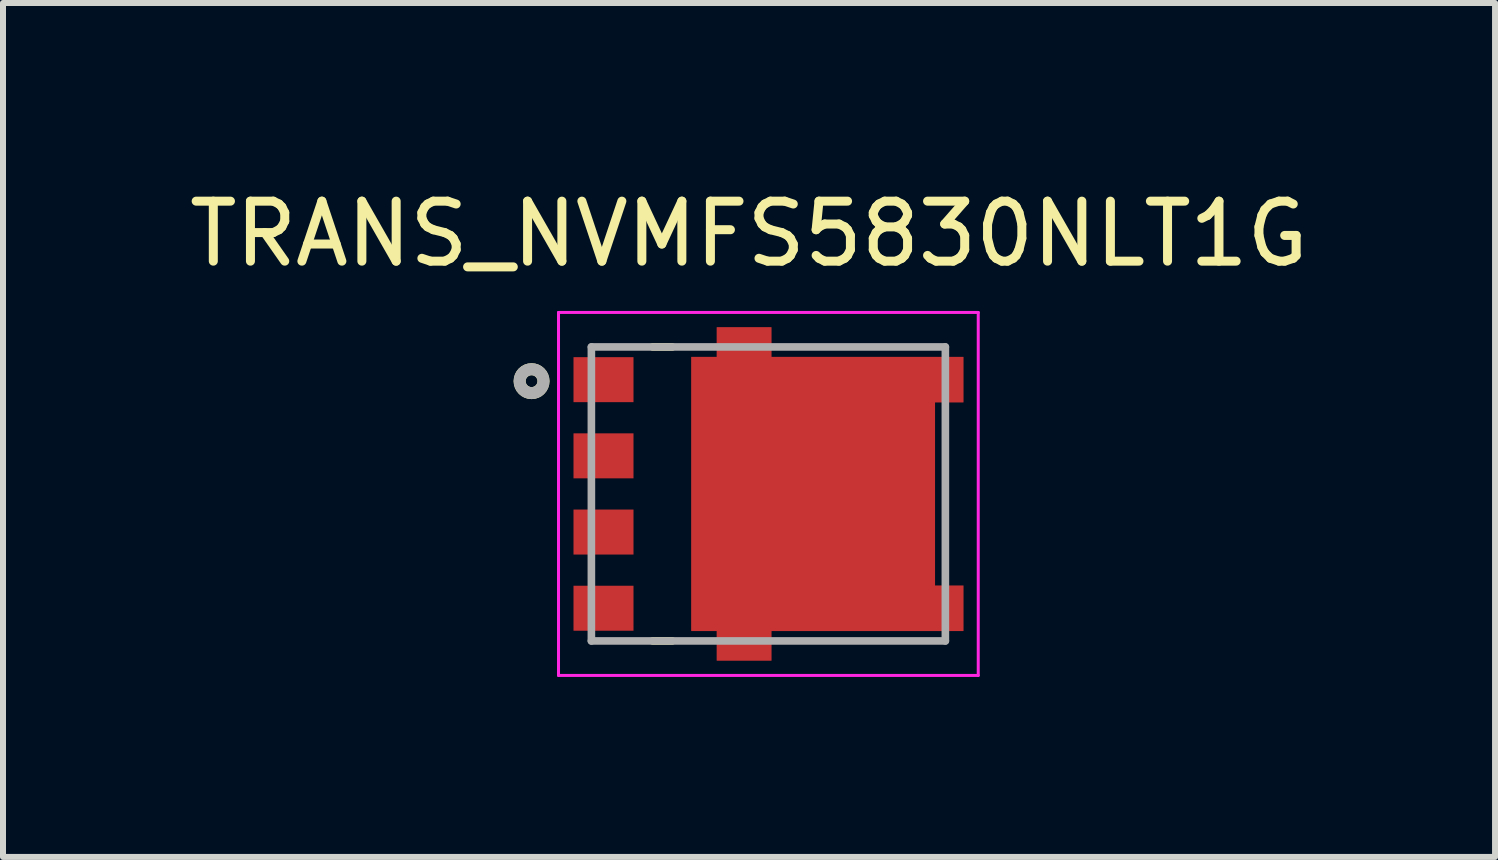
<source format=kicad_pcb>
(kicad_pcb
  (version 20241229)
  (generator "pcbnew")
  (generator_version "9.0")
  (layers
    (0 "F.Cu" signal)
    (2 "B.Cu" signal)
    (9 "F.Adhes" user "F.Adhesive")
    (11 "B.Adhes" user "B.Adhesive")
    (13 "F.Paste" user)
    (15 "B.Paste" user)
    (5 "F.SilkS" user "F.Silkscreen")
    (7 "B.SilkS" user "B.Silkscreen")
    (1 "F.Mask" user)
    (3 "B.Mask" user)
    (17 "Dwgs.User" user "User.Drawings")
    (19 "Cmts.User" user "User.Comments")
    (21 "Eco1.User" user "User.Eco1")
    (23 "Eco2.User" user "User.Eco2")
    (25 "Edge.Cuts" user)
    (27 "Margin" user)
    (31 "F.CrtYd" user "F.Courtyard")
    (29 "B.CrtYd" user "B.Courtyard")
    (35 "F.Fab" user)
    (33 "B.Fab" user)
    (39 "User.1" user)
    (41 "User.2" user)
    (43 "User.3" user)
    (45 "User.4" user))
  (footprint "TRANS_NVMFS5830NLT1G"
    (layer "F.Cu")
    (at 9.757 5.183)
    (property "Reference" "TRANS_NVMFS5830NLT1G" (at -0.323 -4.335 0) (layer "F.SilkS") (effects (font (size 1 1) (thickness 0.15))))
    (attr through_hole)
    (fp_poly (pts (xy -1.383 -2.38) (xy -1.383 2.38) (xy -0.958 2.38) (xy -0.958 2.875) (xy 0.147 2.875) (xy 0.147 2.38) (xy 3.348 2.38) (xy 3.348 1.43) (xy 2.873 1.43) (xy 2.873 -1.43) (xy 3.348 -1.43) (xy 3.348 -2.38) (xy 0.147 -2.38) (xy 0.147 -2.875) (xy -0.958 -2.875) (xy -0.958 -2.38)) (stroke (width 0.01) (type solid)) (fill yes) (layer "F.Mask"))
    (fp_line (start -1.927 2.45) (end -1.603 2.45) (stroke (width 0.127) (type solid)) (layer "F.SilkS"))
    (fp_line (start -1.603 -2.45) (end -1.927 -2.45) (stroke (width 0.127) (type solid)) (layer "F.SilkS"))
    (fp_circle (center -3.947 -1.88) (end -3.848 -1.88) (stroke (width 0.2) (type solid)) (fill no) (layer "F.SilkS"))
    (fp_poly (pts (xy -0.76 -1.755) (xy 0.48 -1.755) (xy 0.48 -0.265) (xy -0.76 -0.265)) (stroke (width 0.01) (type solid)) (fill yes) (layer "F.Paste"))
    (fp_poly (pts (xy -0.76 0.265) (xy 0.48 0.265) (xy 0.48 1.755) (xy -0.76 1.755)) (stroke (width 0.01) (type solid)) (fill yes) (layer "F.Paste"))
    (fp_poly (pts (xy -0.691 -2.684) (xy -0.119 -2.684) (xy -0.119 -2.371) (xy -0.691 -2.371)) (stroke (width 0.01) (type solid)) (fill yes) (layer "F.Paste"))
    (fp_poly (pts (xy -0.691 2.371) (xy -0.119 2.371) (xy -0.119 2.684) (xy -0.691 2.684)) (stroke (width 0.01) (type solid)) (fill yes) (layer "F.Paste"))
    (fp_poly (pts (xy 1.01 -1.755) (xy 2.25 -1.755) (xy 2.25 -0.265) (xy 1.01 -0.265)) (stroke (width 0.01) (type solid)) (fill yes) (layer "F.Paste"))
    (fp_poly (pts (xy 1.01 0.265) (xy 2.25 0.265) (xy 2.25 1.755) (xy 1.01 1.755)) (stroke (width 0.01) (type solid)) (fill yes) (layer "F.Paste"))
    (fp_poly (pts (xy 2.86 -2.142) (xy 3.16 -2.142) (xy 3.16 -1.668) (xy 2.86 -1.668)) (stroke (width 0.01) (type solid)) (fill yes) (layer "F.Paste"))
    (fp_poly (pts (xy 2.86 1.668) (xy 3.16 1.668) (xy 3.16 2.142) (xy 2.86 2.142)) (stroke (width 0.01) (type solid)) (fill yes) (layer "F.Paste"))
    (fp_line (start -3.498 -3.025) (end -3.498 3.025) (stroke (width 0.05) (type solid)) (layer "F.CrtYd"))
    (fp_line (start -3.498 3.025) (end 3.498 3.025) (stroke (width 0.05) (type solid)) (layer "F.CrtYd"))
    (fp_line (start 3.498 -3.025) (end -3.498 -3.025) (stroke (width 0.05) (type solid)) (layer "F.CrtYd"))
    (fp_line (start 3.498 3.025) (end 3.498 -3.025) (stroke (width 0.05) (type solid)) (layer "F.CrtYd"))
    (fp_line (start -2.95 -2.45) (end -2.95 2.45) (stroke (width 0.127) (type solid)) (layer "F.Fab"))
    (fp_line (start -2.95 2.45) (end 2.95 2.45) (stroke (width 0.127) (type solid)) (layer "F.Fab"))
    (fp_line (start 2.95 -2.45) (end -2.95 -2.45) (stroke (width 0.127) (type solid)) (layer "F.Fab"))
    (fp_line (start 2.95 2.45) (end 2.95 -2.45) (stroke (width 0.127) (type solid)) (layer "F.Fab"))
    (fp_circle (center -3.947 -1.88) (end -3.848 -1.88) (stroke (width 0.2) (type solid)) (fill no) (layer "F.Fab"))
    (pad "1" smd rect (at -2.748 -1.905) (size 1 0.75) (layers "F.Cu" "F.Mask" "F.Paste"))
    (pad "2" smd rect (at -2.748 -0.635) (size 1 0.75) (layers "F.Cu" "F.Mask" "F.Paste"))
    (pad "3" smd rect (at -2.748 0.635) (size 1 0.75) (layers "F.Cu" "F.Mask" "F.Paste"))
    (pad "4" smd rect (at -2.748 1.905) (size 1 0.75) (layers "F.Cu" "F.Mask" "F.Paste"))
    (pad "5_6" smd custom (at -0.367 0) (size 0.1 0.1) (layers "F.Cu") (options (anchor rect)) (primitives (gr_poly (pts (xy -0.915 -2.28) (xy -0.915 2.28) (xy -0.49 2.28) (xy -0.49 2.775) (xy 0.415 2.775) (xy 0.415 2.28) (xy 3.615 2.28) (xy 3.615 1.53) (xy 3.14 1.53) (xy 3.14 -1.53) (xy 3.615 -1.53) (xy 3.615 -2.28) (xy 0.415 -2.28) (xy 0.415 -2.775) (xy -0.49 -2.775) (xy -0.49 -2.28)) (width 0.01) (fill yes)))))
  (gr_rect
    (start -3 -3)
    (end 21.869 11.233)
    (stroke (width 0.1) (type default))
    (fill no)
    (layer "Edge.Cuts")))
</source>
